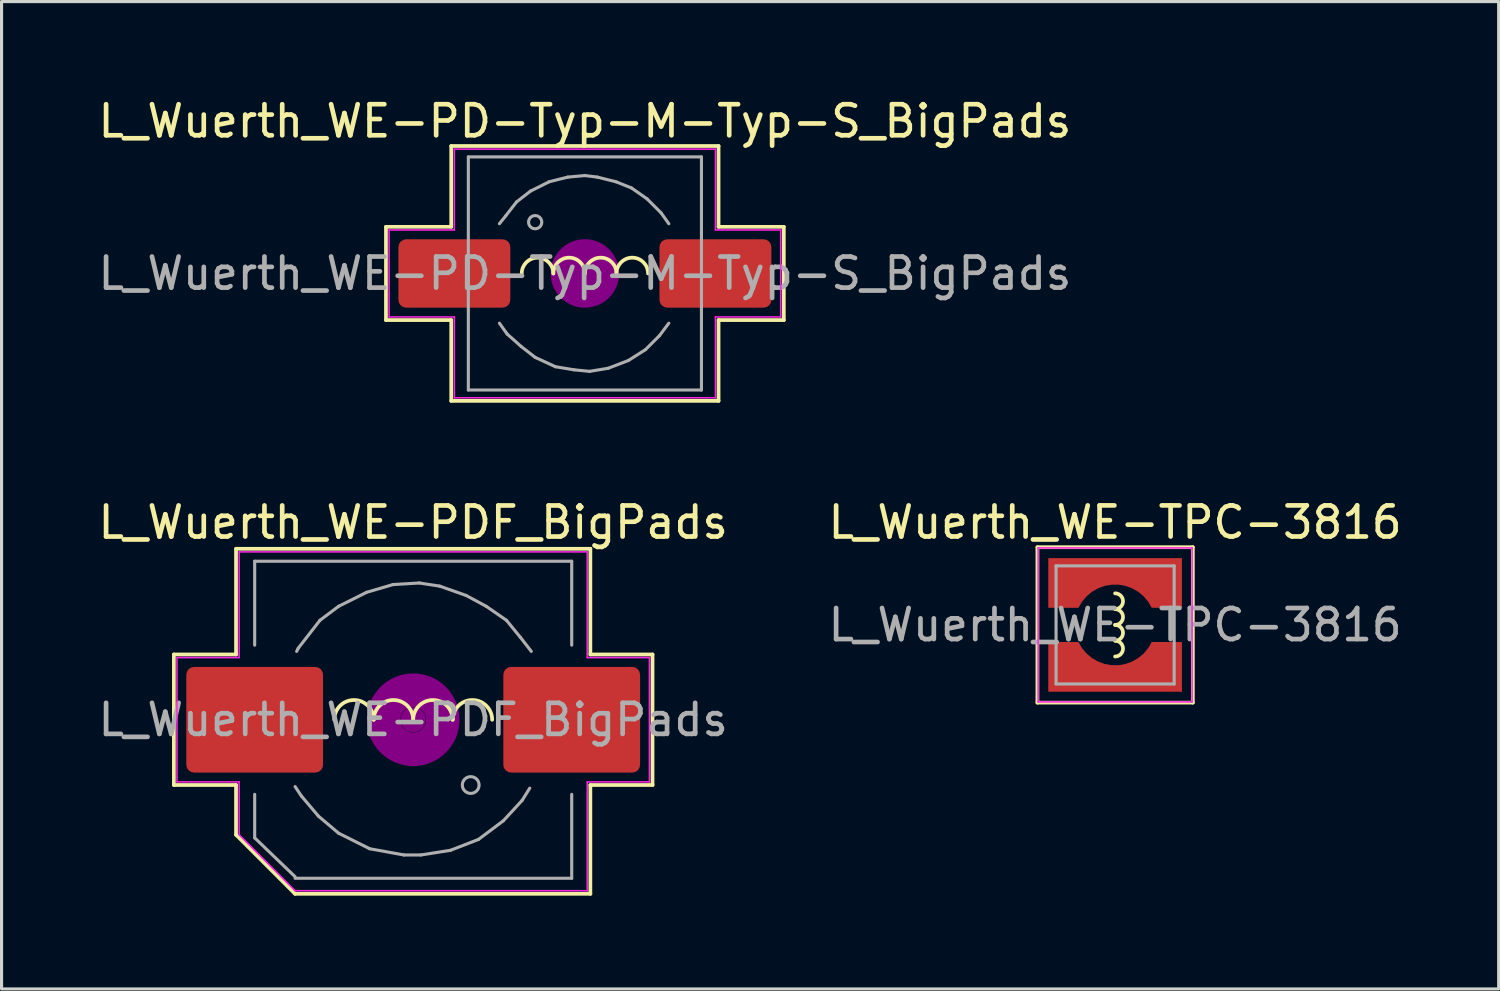
<source format=kicad_pcb>
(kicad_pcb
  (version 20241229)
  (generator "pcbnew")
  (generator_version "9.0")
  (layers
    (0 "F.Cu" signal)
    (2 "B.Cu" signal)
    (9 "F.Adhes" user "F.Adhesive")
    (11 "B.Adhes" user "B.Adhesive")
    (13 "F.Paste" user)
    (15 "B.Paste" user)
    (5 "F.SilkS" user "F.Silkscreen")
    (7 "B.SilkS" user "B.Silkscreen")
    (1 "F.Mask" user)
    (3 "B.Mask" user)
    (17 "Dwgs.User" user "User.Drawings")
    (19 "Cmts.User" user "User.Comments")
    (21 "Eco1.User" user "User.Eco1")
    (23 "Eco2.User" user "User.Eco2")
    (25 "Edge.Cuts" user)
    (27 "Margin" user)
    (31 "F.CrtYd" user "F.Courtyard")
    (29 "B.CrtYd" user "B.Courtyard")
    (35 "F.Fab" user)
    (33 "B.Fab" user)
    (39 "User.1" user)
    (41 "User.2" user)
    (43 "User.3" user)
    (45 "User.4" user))
  (footprint "L_Wuerth_WE-TPC-3816"
    (layer "F.Cu")
    (at 32.827 17.056)
    (property "Reference" "L_Wuerth_WE-TPC-3816" (at 0 -3.3 0) (layer "F.SilkS") (effects (font (size 1 1) (thickness 0.15))))
    (attr smd)
    (fp_line (start -2.5 -2.5) (end -2.5 2.5) (stroke (width 0.12) (type solid)) (layer "F.SilkS"))
    (fp_line (start -2.5 2.5) (end 2.5 2.5) (stroke (width 0.12) (type solid)) (layer "F.SilkS"))
    (fp_line (start 2.5 -2.5) (end -2.5 -2.5) (stroke (width 0.12) (type solid)) (layer "F.SilkS"))
    (fp_line (start 2.5 2.5) (end 2.5 -2.5) (stroke (width 0.12) (type solid)) (layer "F.SilkS"))
    (fp_arc (start 0 -1.016) (mid 0.254 -0.762) (end 0 -0.508) (stroke (width 0.12) (type solid)) (layer "F.SilkS"))
    (fp_arc (start 0 -0.508) (mid 0.254 -0.254) (end 0 0) (stroke (width 0.12) (type solid)) (layer "F.SilkS"))
    (fp_arc (start 0 0) (mid 0.254 0.254) (end 0 0.508) (stroke (width 0.12) (type solid)) (layer "F.SilkS"))
    (fp_arc (start 0 0.508) (mid 0.254 0.762) (end 0 1.016) (stroke (width 0.12) (type solid)) (layer "F.SilkS"))
    (fp_line (start -2.477 -2.477) (end 2.477 -2.477) (stroke (width 0.05) (type solid)) (layer "F.CrtYd"))
    (fp_line (start -2.477 2.477) (end -2.477 -2.477) (stroke (width 0.05) (type solid)) (layer "F.CrtYd"))
    (fp_line (start 2.477 -2.477) (end 2.477 2.477) (stroke (width 0.05) (type solid)) (layer "F.CrtYd"))
    (fp_line (start 2.477 2.477) (end -2.477 2.477) (stroke (width 0.05) (type solid)) (layer "F.CrtYd"))
    (fp_line (start -1.9 -1.9) (end 1.9 -1.9) (stroke (width 0.1) (type solid)) (layer "F.Fab"))
    (fp_line (start -1.9 1.9) (end -1.9 -1.9) (stroke (width 0.1) (type solid)) (layer "F.Fab"))
    (fp_line (start 1.9 -1.9) (end 1.9 1.9) (stroke (width 0.1) (type solid)) (layer "F.Fab"))
    (fp_line (start 1.9 1.9) (end -1.9 1.9) (stroke (width 0.1) (type solid)) (layer "F.Fab"))
    (fp_text user "${REFERENCE}" (at 0 0 0) (layer "F.Fab") (effects (font (size 1 1) (thickness 0.15))))
    (pad "1" smd custom (at 0 -1.75) (size 0.7 0.7) (layers "F.Cu" "F.Mask" "F.Paste") (options (anchor circle)) (primitives (gr_poly (pts (xy 2.15 1.2) (xy 1.178 1.2) (xy 1.065 1.004) (xy 0.919 0.83) (xy 0.745 0.685) (xy 0.549 0.572) (xy 0.336 0.494) (xy 0.113 0.455) (xy -0.113 0.455) (xy -0.336 0.494) (xy -0.549 0.572) (xy -0.745 0.685) (xy -0.919 0.83) (xy -1.065 1.004) (xy -1.178 1.2) (xy -2.15 1.2) (xy -2.15 -0.4) (xy 2.15 -0.4)) (width 0) (fill yes))))
    (pad "2" smd custom (at 0 1.75) (size 0.7 0.7) (layers "F.Cu" "F.Mask" "F.Paste") (options (anchor circle)) (primitives (gr_poly (pts (xy -1.065 -1.004) (xy -0.919 -0.83) (xy -0.745 -0.685) (xy -0.549 -0.572) (xy -0.336 -0.494) (xy -0.113 -0.455) (xy 0.113 -0.455) (xy 0.336 -0.494) (xy 0.549 -0.572) (xy 0.745 -0.685) (xy 0.919 -0.83) (xy 1.065 -1.004) (xy 1.178 -1.2) (xy 2.15 -1.2) (xy 2.15 0.4) (xy -2.15 0.4) (xy -2.15 -1.2) (xy -1.178 -1.2)) (width 0) (fill yes)))))
  (footprint "L_Wuerth_WE-PDF_BigPads"
    (layer "F.Cu")
    (at 10.244 20.107)
    (property "Reference" "L_Wuerth_WE-PDF_BigPads" (at 0 -6.35 0) (layer "F.SilkS") (effects (font (size 1 1) (thickness 0.15))))
    (attr smd)
    (fp_line (start -7.7 -2.1) (end -7.7 2.1) (stroke (width 0.12) (type solid)) (layer "F.SilkS"))
    (fp_line (start -7.7 2.1) (end -5.7 2.1) (stroke (width 0.12) (type solid)) (layer "F.SilkS"))
    (fp_line (start -5.7 -5.5) (end -5.7 -2.1) (stroke (width 0.12) (type solid)) (layer "F.SilkS"))
    (fp_line (start -5.7 -2.1) (end -7.7 -2.1) (stroke (width 0.12) (type solid)) (layer "F.SilkS"))
    (fp_line (start -5.7 2.1) (end -5.7 3.7) (stroke (width 0.12) (type solid)) (layer "F.SilkS"))
    (fp_line (start -5.7 3.7) (end -3.8 5.6) (stroke (width 0.12) (type solid)) (layer "F.SilkS"))
    (fp_line (start -3.8 5.6) (end 5.7 5.6) (stroke (width 0.12) (type solid)) (layer "F.SilkS"))
    (fp_line (start 5.7 -5.5) (end -5.7 -5.5) (stroke (width 0.12) (type solid)) (layer "F.SilkS"))
    (fp_line (start 5.7 -2.1) (end 5.7 -5.5) (stroke (width 0.12) (type solid)) (layer "F.SilkS"))
    (fp_line (start 5.7 2.1) (end 7.7 2.1) (stroke (width 0.12) (type solid)) (layer "F.SilkS"))
    (fp_line (start 5.7 5.6) (end 5.7 2.1) (stroke (width 0.12) (type solid)) (layer "F.SilkS"))
    (fp_line (start 7.7 -2.1) (end 5.7 -2.1) (stroke (width 0.12) (type solid)) (layer "F.SilkS"))
    (fp_line (start 7.7 2.1) (end 7.7 -2.1) (stroke (width 0.12) (type solid)) (layer "F.SilkS"))
    (fp_arc (start -2.54 0) (mid -1.905 -0.635) (end -1.27 0) (stroke (width 0.12) (type solid)) (layer "F.SilkS"))
    (fp_arc (start -1.27 0) (mid -0.635 -0.635) (end 0 0) (stroke (width 0.12) (type solid)) (layer "F.SilkS"))
    (fp_arc (start 0 0) (mid 0.635 -0.635) (end 1.27 0) (stroke (width 0.12) (type solid)) (layer "F.SilkS"))
    (fp_arc (start 1.27 0) (mid 1.905 -0.635) (end 2.54 0) (stroke (width 0.12) (type solid)) (layer "F.SilkS"))
    (fp_circle (center 0 0) (end 0.15 0.15) (stroke (width 0.38) (type solid)) (fill no) (layer "F.Adhes"))
    (fp_circle (center 0 0) (end 0.6 0.05) (stroke (width 0.38) (type solid)) (fill no) (layer "F.Adhes"))
    (fp_circle (center 0 0) (end 0.95 0) (stroke (width 0.38) (type solid)) (fill no) (layer "F.Adhes"))
    (fp_circle (center 0 0) (end 1.3 0.05) (stroke (width 0.38) (type solid)) (fill no) (layer "F.Adhes"))
    (fp_line (start -7.6 -2) (end -5.6 -2) (stroke (width 0.05) (type solid)) (layer "F.CrtYd"))
    (fp_line (start -7.6 2) (end -7.6 -2) (stroke (width 0.05) (type solid)) (layer "F.CrtYd"))
    (fp_line (start -5.6 -5.4) (end 5.6 -5.4) (stroke (width 0.05) (type solid)) (layer "F.CrtYd"))
    (fp_line (start -5.6 -2) (end -5.6 -5.4) (stroke (width 0.05) (type solid)) (layer "F.CrtYd"))
    (fp_line (start -5.6 2) (end -7.6 2) (stroke (width 0.05) (type solid)) (layer "F.CrtYd"))
    (fp_line (start -5.6 3.7) (end -5.6 2) (stroke (width 0.05) (type solid)) (layer "F.CrtYd"))
    (fp_line (start -3.8 5.5) (end -5.6 3.7) (stroke (width 0.05) (type solid)) (layer "F.CrtYd"))
    (fp_line (start 5.6 -5.4) (end 5.6 -2) (stroke (width 0.05) (type solid)) (layer "F.CrtYd"))
    (fp_line (start 5.6 -2) (end 7.6 -2) (stroke (width 0.05) (type solid)) (layer "F.CrtYd"))
    (fp_line (start 5.6 2) (end 5.6 5.5) (stroke (width 0.05) (type solid)) (layer "F.CrtYd"))
    (fp_line (start 5.6 5.5) (end -3.8 5.5) (stroke (width 0.05) (type solid)) (layer "F.CrtYd"))
    (fp_line (start 7.6 -2) (end 7.6 2) (stroke (width 0.05) (type solid)) (layer "F.CrtYd"))
    (fp_line (start 7.6 2) (end 5.6 2) (stroke (width 0.05) (type solid)) (layer "F.CrtYd"))
    (fp_line (start -5.1 -5.1) (end -5.1 -2.4) (stroke (width 0.1) (type solid)) (layer "F.Fab"))
    (fp_line (start -5.1 2.4) (end -5.1 3.8) (stroke (width 0.1) (type solid)) (layer "F.Fab"))
    (fp_line (start -5.1 3.8) (end -3.8 5.05) (stroke (width 0.1) (type solid)) (layer "F.Fab"))
    (fp_line (start -3.8 2.15) (end -3.6 2.45) (stroke (width 0.1) (type solid)) (layer "F.Fab"))
    (fp_line (start -3.7 -2.3) (end -3.75 -2.2) (stroke (width 0.1) (type solid)) (layer "F.Fab"))
    (fp_line (start -3.6 2.45) (end -3.05 3.1) (stroke (width 0.1) (type solid)) (layer "F.Fab"))
    (fp_line (start -3.05 3.1) (end -2.4 3.65) (stroke (width 0.1) (type solid)) (layer "F.Fab"))
    (fp_line (start -3 -3.2) (end -3.7 -2.3) (stroke (width 0.1) (type solid)) (layer "F.Fab"))
    (fp_line (start -2.4 -3.65) (end -3 -3.2) (stroke (width 0.1) (type solid)) (layer "F.Fab"))
    (fp_line (start -2.4 3.65) (end -1.4 4.15) (stroke (width 0.1) (type solid)) (layer "F.Fab"))
    (fp_line (start -1.5 -4.1) (end -2.4 -3.65) (stroke (width 0.1) (type solid)) (layer "F.Fab"))
    (fp_line (start -1.4 4.15) (end -0.3 4.35) (stroke (width 0.1) (type solid)) (layer "F.Fab"))
    (fp_line (start -0.65 -4.35) (end -1.5 -4.1) (stroke (width 0.1) (type solid)) (layer "F.Fab"))
    (fp_line (start -0.3 4.35) (end 0.25 4.35) (stroke (width 0.1) (type solid)) (layer "F.Fab"))
    (fp_line (start 0.2 -4.4) (end -0.65 -4.35) (stroke (width 0.1) (type solid)) (layer "F.Fab"))
    (fp_line (start 0.25 4.35) (end 1.2 4.2) (stroke (width 0.1) (type solid)) (layer "F.Fab"))
    (fp_line (start 0.85 -4.3) (end 0.2 -4.4) (stroke (width 0.1) (type solid)) (layer "F.Fab"))
    (fp_line (start 1.2 4.2) (end 2.1 3.85) (stroke (width 0.1) (type solid)) (layer "F.Fab"))
    (fp_line (start 1.7 -4) (end 0.85 -4.3) (stroke (width 0.1) (type solid)) (layer "F.Fab"))
    (fp_line (start 2.1 3.85) (end 2.9 3.25) (stroke (width 0.1) (type solid)) (layer "F.Fab"))
    (fp_line (start 2.35 -3.65) (end 1.7 -4) (stroke (width 0.1) (type solid)) (layer "F.Fab"))
    (fp_line (start 2.9 3.25) (end 3.5 2.6) (stroke (width 0.1) (type solid)) (layer "F.Fab"))
    (fp_line (start 3 -3.2) (end 2.35 -3.65) (stroke (width 0.1) (type solid)) (layer "F.Fab"))
    (fp_line (start 3.45 -2.65) (end 3 -3.2) (stroke (width 0.1) (type solid)) (layer "F.Fab"))
    (fp_line (start 3.5 2.6) (end 3.75 2.2) (stroke (width 0.1) (type solid)) (layer "F.Fab"))
    (fp_line (start 3.8 -2.2) (end 3.45 -2.65) (stroke (width 0.1) (type solid)) (layer "F.Fab"))
    (fp_line (start 5.1 -5.1) (end -5.1 -5.1) (stroke (width 0.1) (type solid)) (layer "F.Fab"))
    (fp_line (start 5.1 -5.1) (end 5.1 -2.4) (stroke (width 0.1) (type solid)) (layer "F.Fab"))
    (fp_line (start 5.1 5.1) (end -3.8 5.1) (stroke (width 0.1) (type solid)) (layer "F.Fab"))
    (fp_line (start 5.1 5.1) (end 5.1 2.4) (stroke (width 0.1) (type solid)) (layer "F.Fab"))
    (fp_circle (center 1.85 2.1) (end 2.1 2.2) (stroke (width 0.1) (type solid)) (fill no) (layer "F.Fab"))
    (fp_text user "${REFERENCE}" (at 0 0 0) (layer "F.Fab") (effects (font (size 1 1) (thickness 0.15))))
    (pad "1" smd roundrect (at -5.1 0) (size 4.4 3.4) (layers "F.Cu" "F.Mask" "F.Paste") (roundrect_rratio 0.074))
    (pad "2" smd roundrect (at 5.1 0) (size 4.4 3.4) (layers "F.Cu" "F.Mask" "F.Paste") (roundrect_rratio 0.074)))
  (footprint "L_Wuerth_WE-PD-Typ-M-Typ-S_BigPads"
    (layer "F.Cu")
    (at 15.768 5.748)
    (property "Reference" "L_Wuerth_WE-PD-Typ-M-Typ-S_BigPads" (at 0 -4.9 0) (layer "F.SilkS") (effects (font (size 1 1) (thickness 0.15))))
    (attr smd)
    (fp_line (start -6.4 -1.5) (end -6.4 1.5) (stroke (width 0.12) (type solid)) (layer "F.SilkS"))
    (fp_line (start -6.4 1.5) (end -4.3 1.5) (stroke (width 0.12) (type solid)) (layer "F.SilkS"))
    (fp_line (start -4.3 -4.1) (end -4.3 -1.5) (stroke (width 0.12) (type solid)) (layer "F.SilkS"))
    (fp_line (start -4.3 -1.5) (end -6.4 -1.5) (stroke (width 0.12) (type solid)) (layer "F.SilkS"))
    (fp_line (start -4.3 1.5) (end -4.3 4.1) (stroke (width 0.12) (type solid)) (layer "F.SilkS"))
    (fp_line (start -4.3 4.1) (end 4.3 4.1) (stroke (width 0.12) (type solid)) (layer "F.SilkS"))
    (fp_line (start 4.3 -4.1) (end -4.3 -4.1) (stroke (width 0.12) (type solid)) (layer "F.SilkS"))
    (fp_line (start 4.3 -1.5) (end 4.3 -4.1) (stroke (width 0.12) (type solid)) (layer "F.SilkS"))
    (fp_line (start 4.3 1.5) (end 6.4 1.5) (stroke (width 0.12) (type solid)) (layer "F.SilkS"))
    (fp_line (start 4.3 4.1) (end 4.3 1.5) (stroke (width 0.12) (type solid)) (layer "F.SilkS"))
    (fp_line (start 6.4 -1.5) (end 4.3 -1.5) (stroke (width 0.12) (type solid)) (layer "F.SilkS"))
    (fp_line (start 6.4 1.5) (end 6.4 -1.5) (stroke (width 0.12) (type solid)) (layer "F.SilkS"))
    (fp_arc (start -2.032 0) (mid -1.524 -0.508) (end -1.016 0) (stroke (width 0.12) (type solid)) (layer "F.SilkS"))
    (fp_arc (start -1.016 0) (mid -0.508 -0.508) (end 0 0) (stroke (width 0.12) (type solid)) (layer "F.SilkS"))
    (fp_arc (start 0 0) (mid 0.508 -0.508) (end 1.016 0) (stroke (width 0.12) (type solid)) (layer "F.SilkS"))
    (fp_arc (start 1.016 0) (mid 1.524 -0.508) (end 2.032 0) (stroke (width 0.12) (type solid)) (layer "F.SilkS"))
    (fp_circle (center 0 0) (end 0.15 0.15) (stroke (width 0.38) (type solid)) (fill no) (layer "F.Adhes"))
    (fp_circle (center 0 0) (end 0.55 0.05) (stroke (width 0.38) (type solid)) (fill no) (layer "F.Adhes"))
    (fp_circle (center 0 0) (end 0.9 0.15) (stroke (width 0.38) (type solid)) (fill no) (layer "F.Adhes"))
    (fp_line (start -6.3 -1.4) (end -6.3 1.4) (stroke (width 0.05) (type solid)) (layer "F.CrtYd"))
    (fp_line (start -6.3 1.4) (end -4.2 1.4) (stroke (width 0.05) (type solid)) (layer "F.CrtYd"))
    (fp_line (start -4.2 -4) (end -4.2 -1.4) (stroke (width 0.05) (type solid)) (layer "F.CrtYd"))
    (fp_line (start -4.2 -1.4) (end -6.3 -1.4) (stroke (width 0.05) (type solid)) (layer "F.CrtYd"))
    (fp_line (start -4.2 1.4) (end -4.2 4) (stroke (width 0.05) (type solid)) (layer "F.CrtYd"))
    (fp_line (start -4.2 4) (end 4.2 4) (stroke (width 0.05) (type solid)) (layer "F.CrtYd"))
    (fp_line (start 4.2 -4) (end -4.2 -4) (stroke (width 0.05) (type solid)) (layer "F.CrtYd"))
    (fp_line (start 4.2 -1.4) (end 4.2 -4) (stroke (width 0.05) (type solid)) (layer "F.CrtYd"))
    (fp_line (start 4.2 1.4) (end 6.3 1.4) (stroke (width 0.05) (type solid)) (layer "F.CrtYd"))
    (fp_line (start 4.2 4) (end 4.2 1.4) (stroke (width 0.05) (type solid)) (layer "F.CrtYd"))
    (fp_line (start 6.3 -1.4) (end 4.2 -1.4) (stroke (width 0.05) (type solid)) (layer "F.CrtYd"))
    (fp_line (start 6.3 1.4) (end 6.3 -1.4) (stroke (width 0.05) (type solid)) (layer "F.CrtYd"))
    (fp_line (start -3.75 -3.75) (end -3.75 3.75) (stroke (width 0.1) (type solid)) (layer "F.Fab"))
    (fp_line (start -3.75 3.75) (end 3.75 3.75) (stroke (width 0.1) (type solid)) (layer "F.Fab"))
    (fp_line (start -2.75 1.6) (end -2.5 1.95) (stroke (width 0.1) (type solid)) (layer "F.Fab"))
    (fp_line (start -2.55 -1.85) (end -2.75 -1.6) (stroke (width 0.1) (type solid)) (layer "F.Fab"))
    (fp_line (start -2.5 1.95) (end -2.05 2.35) (stroke (width 0.1) (type solid)) (layer "F.Fab"))
    (fp_line (start -2.2 -2.3) (end -2.55 -1.85) (stroke (width 0.1) (type solid)) (layer "F.Fab"))
    (fp_line (start -2.05 2.35) (end -1.6 2.7) (stroke (width 0.1) (type solid)) (layer "F.Fab"))
    (fp_line (start -1.75 -2.65) (end -2.2 -2.3) (stroke (width 0.1) (type solid)) (layer "F.Fab"))
    (fp_line (start -1.6 2.7) (end -0.95 3) (stroke (width 0.1) (type solid)) (layer "F.Fab"))
    (fp_line (start -1.15 -2.95) (end -1.75 -2.65) (stroke (width 0.1) (type solid)) (layer "F.Fab"))
    (fp_line (start -0.95 3) (end -0.35 3.1) (stroke (width 0.1) (type solid)) (layer "F.Fab"))
    (fp_line (start -0.55 -3.1) (end -1.15 -2.95) (stroke (width 0.1) (type solid)) (layer "F.Fab"))
    (fp_line (start -0.35 3.1) (end 0.15 3.15) (stroke (width 0.1) (type solid)) (layer "F.Fab"))
    (fp_line (start 0 -3.15) (end -0.55 -3.1) (stroke (width 0.1) (type solid)) (layer "F.Fab"))
    (fp_line (start 0.15 3.15) (end 0.75 3.05) (stroke (width 0.1) (type solid)) (layer "F.Fab"))
    (fp_line (start 0.4 -3.1) (end 0 -3.15) (stroke (width 0.1) (type solid)) (layer "F.Fab"))
    (fp_line (start 0.75 3.05) (end 1.4 2.8) (stroke (width 0.1) (type solid)) (layer "F.Fab"))
    (fp_line (start 1 -2.95) (end 0.4 -3.1) (stroke (width 0.1) (type solid)) (layer "F.Fab"))
    (fp_line (start 1.4 2.8) (end 1.95 2.45) (stroke (width 0.1) (type solid)) (layer "F.Fab"))
    (fp_line (start 1.5 -2.75) (end 1 -2.95) (stroke (width 0.1) (type solid)) (layer "F.Fab"))
    (fp_line (start 1.95 2.45) (end 2.4 2) (stroke (width 0.1) (type solid)) (layer "F.Fab"))
    (fp_line (start 2 -2.4) (end 1.5 -2.75) (stroke (width 0.1) (type solid)) (layer "F.Fab"))
    (fp_line (start 2.4 2) (end 2.7 1.6) (stroke (width 0.1) (type solid)) (layer "F.Fab"))
    (fp_line (start 2.45 -1.95) (end 2 -2.4) (stroke (width 0.1) (type solid)) (layer "F.Fab"))
    (fp_line (start 2.7 -1.6) (end 2.45 -1.95) (stroke (width 0.1) (type solid)) (layer "F.Fab"))
    (fp_line (start 3.75 -3.75) (end -3.75 -3.75) (stroke (width 0.1) (type solid)) (layer "F.Fab"))
    (fp_line (start 3.75 3.75) (end 3.75 -3.75) (stroke (width 0.1) (type solid)) (layer "F.Fab"))
    (fp_circle (center -1.6 -1.65) (end -1.45 -1.5) (stroke (width 0.1) (type solid)) (fill no) (layer "F.Fab"))
    (fp_text user "${REFERENCE}" (at 0 0 0) (layer "F.Fab") (effects (font (size 1 1) (thickness 0.15))))
    (pad "1" smd roundrect (at -4.2 0) (size 3.6 2.2) (layers "F.Cu" "F.Mask" "F.Paste") (roundrect_rratio 0.114))
    (pad "2" smd roundrect (at 4.2 0) (size 3.6 2.2) (layers "F.Cu" "F.Mask" "F.Paste") (roundrect_rratio 0.114)))
  (gr_rect
    (start -3 -3)
    (end 45.167 28.767)
    (stroke (width 0.1) (type default))
    (fill no)
    (layer "Edge.Cuts")))
</source>
